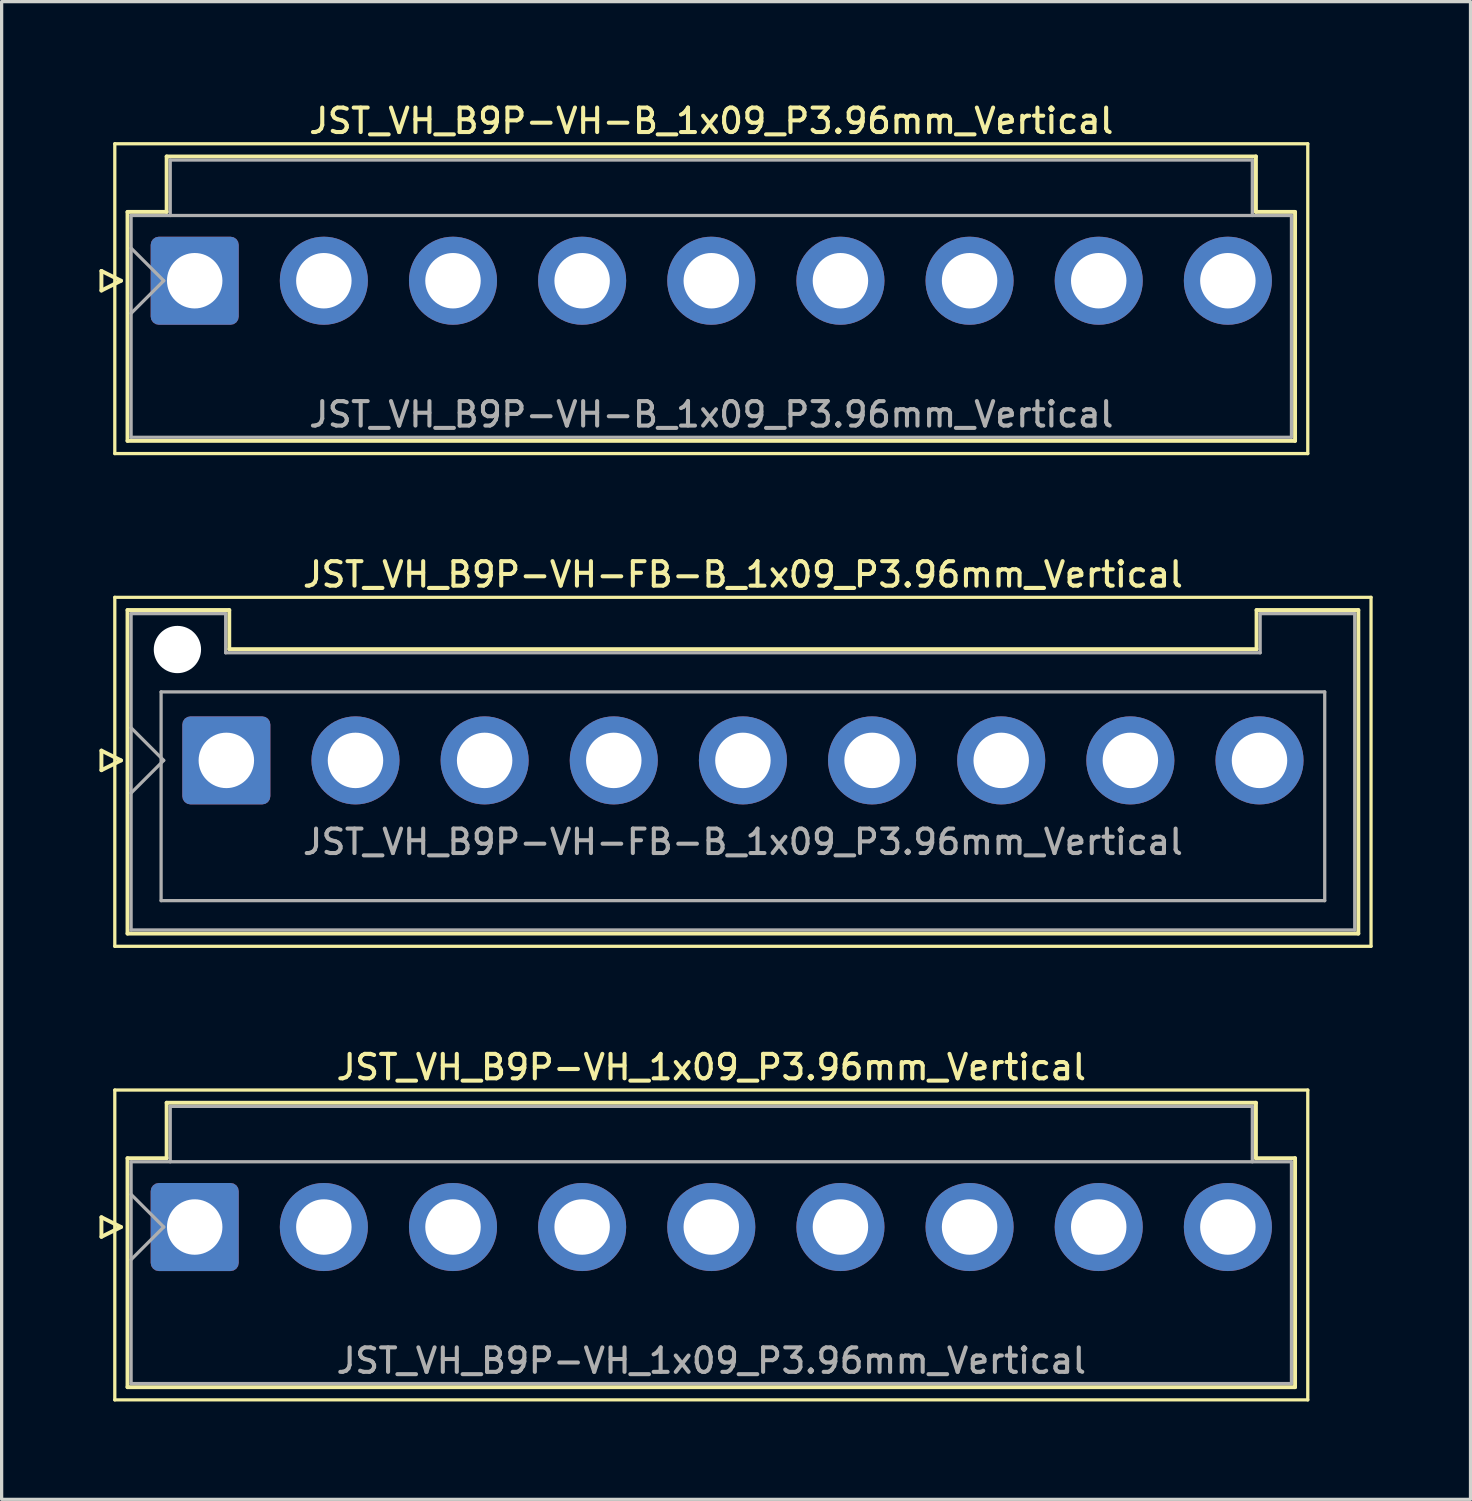
<source format=kicad_pcb>
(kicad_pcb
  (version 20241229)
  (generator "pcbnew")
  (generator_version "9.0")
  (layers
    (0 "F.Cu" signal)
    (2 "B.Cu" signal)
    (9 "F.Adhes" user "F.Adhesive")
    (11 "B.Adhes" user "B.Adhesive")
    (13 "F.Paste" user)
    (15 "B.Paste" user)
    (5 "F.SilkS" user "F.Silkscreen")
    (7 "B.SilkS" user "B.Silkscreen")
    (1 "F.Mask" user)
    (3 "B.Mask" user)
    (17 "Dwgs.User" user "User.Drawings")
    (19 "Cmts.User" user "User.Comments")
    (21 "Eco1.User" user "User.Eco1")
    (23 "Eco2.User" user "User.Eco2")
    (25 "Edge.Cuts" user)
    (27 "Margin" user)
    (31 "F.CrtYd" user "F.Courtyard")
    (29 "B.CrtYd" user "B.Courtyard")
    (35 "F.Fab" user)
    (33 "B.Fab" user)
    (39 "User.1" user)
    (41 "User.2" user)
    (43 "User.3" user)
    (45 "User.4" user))
  (footprint "JST_VH_B9P-VH-B_1x09_P3.96mm_Vertical"
    (layer "F.Cu")
    (at 2.92 5.558)
    (property "Reference" "JST_VH_B9P-VH-B_1x09_P3.96mm_Vertical" (at 15.84 -4.9 0) (layer "F.SilkS") (effects (font (size 0.75 0.75) (thickness 0.125))))
    (attr through_hole)
    (fp_line (start -2.86 -0.3) (end -2.26 0) (stroke (width 0.12) (type solid)) (layer "F.SilkS"))
    (fp_line (start -2.86 0.3) (end -2.86 -0.3) (stroke (width 0.12) (type solid)) (layer "F.SilkS"))
    (fp_line (start -2.45 -4.2) (end -2.45 5.3) (stroke (width 0.1) (type solid)) (layer "F.SilkS"))
    (fp_line (start -2.45 5.3) (end 34.13 5.3) (stroke (width 0.1) (type solid)) (layer "F.SilkS"))
    (fp_line (start -2.26 0) (end -2.86 0.3) (stroke (width 0.12) (type solid)) (layer "F.SilkS"))
    (fp_line (start -2.06 -2.11) (end -0.86 -2.11) (stroke (width 0.12) (type solid)) (layer "F.SilkS"))
    (fp_line (start -2.06 4.91) (end -2.06 -2.11) (stroke (width 0.12) (type solid)) (layer "F.SilkS"))
    (fp_line (start -0.86 -3.81) (end 32.54 -3.81) (stroke (width 0.12) (type solid)) (layer "F.SilkS"))
    (fp_line (start -0.86 -2.11) (end -0.86 -3.81) (stroke (width 0.12) (type solid)) (layer "F.SilkS"))
    (fp_line (start 32.54 -3.81) (end 32.54 -2.11) (stroke (width 0.12) (type solid)) (layer "F.SilkS"))
    (fp_line (start 32.54 -2.11) (end 33.74 -2.11) (stroke (width 0.12) (type solid)) (layer "F.SilkS"))
    (fp_line (start 33.74 -2.11) (end 33.74 4.91) (stroke (width 0.12) (type solid)) (layer "F.SilkS"))
    (fp_line (start 33.74 4.91) (end -2.06 4.91) (stroke (width 0.12) (type solid)) (layer "F.SilkS"))
    (fp_line (start 34.13 -4.2) (end -2.45 -4.2) (stroke (width 0.1) (type solid)) (layer "F.SilkS"))
    (fp_line (start 34.13 5.3) (end 34.13 -4.2) (stroke (width 0.1) (type solid)) (layer "F.SilkS"))
    (fp_line (start -1.95 -2) (end -1.95 4.8) (stroke (width 0.1) (type solid)) (layer "F.Fab"))
    (fp_line (start -1.95 -1) (end -0.95 0) (stroke (width 0.1) (type solid)) (layer "F.Fab"))
    (fp_line (start -1.95 1) (end -0.95 0) (stroke (width 0.1) (type solid)) (layer "F.Fab"))
    (fp_line (start -1.95 4.8) (end 33.63 4.8) (stroke (width 0.1) (type solid)) (layer "F.Fab"))
    (fp_line (start -0.75 -3.7) (end 32.43 -3.7) (stroke (width 0.1) (type solid)) (layer "F.Fab"))
    (fp_line (start -0.75 -2) (end -0.75 -3.7) (stroke (width 0.1) (type solid)) (layer "F.Fab"))
    (fp_line (start 32.43 -3.7) (end 32.43 -2) (stroke (width 0.1) (type solid)) (layer "F.Fab"))
    (fp_line (start 33.63 -2) (end -1.95 -2) (stroke (width 0.1) (type solid)) (layer "F.Fab"))
    (fp_line (start 33.63 4.8) (end 33.63 -2) (stroke (width 0.1) (type solid)) (layer "F.Fab"))
    (fp_text user "${REFERENCE}" (at 15.84 4.1 0) (layer "F.Fab") (effects (font (size 0.75 0.75) (thickness 0.125))))
    (pad "1" thru_hole roundrect (at 0 0) (size 2.7 2.7) (drill 1.7) (layers "*.Cu" "*.Mask") (roundrect_rratio 0.093))
    (pad "2" thru_hole circle (at 3.96 0) (size 2.7 2.7) (drill 1.7) (layers "*.Cu" "*.Mask"))
    (pad "3" thru_hole circle (at 7.92 0) (size 2.7 2.7) (drill 1.7) (layers "*.Cu" "*.Mask"))
    (pad "4" thru_hole circle (at 11.88 0) (size 2.7 2.7) (drill 1.7) (layers "*.Cu" "*.Mask"))
    (pad "5" thru_hole circle (at 15.84 0) (size 2.7 2.7) (drill 1.7) (layers "*.Cu" "*.Mask"))
    (pad "6" thru_hole circle (at 19.8 0) (size 2.7 2.7) (drill 1.7) (layers "*.Cu" "*.Mask"))
    (pad "7" thru_hole circle (at 23.76 0) (size 2.7 2.7) (drill 1.7) (layers "*.Cu" "*.Mask"))
    (pad "8" thru_hole circle (at 27.72 0) (size 2.7 2.7) (drill 1.7) (layers "*.Cu" "*.Mask"))
    (pad "9" thru_hole circle (at 31.68 0) (size 2.7 2.7) (drill 1.7) (layers "*.Cu" "*.Mask")))
  (footprint "JST_VH_B9P-VH_1x09_P3.96mm_Vertical"
    (layer "F.Cu")
    (at 2.92 34.574)
    (property "Reference" "JST_VH_B9P-VH_1x09_P3.96mm_Vertical" (at 15.84 -4.9 0) (layer "F.SilkS") (effects (font (size 0.75 0.75) (thickness 0.125))))
    (attr through_hole)
    (fp_line (start -2.86 -0.3) (end -2.26 0) (stroke (width 0.12) (type solid)) (layer "F.SilkS"))
    (fp_line (start -2.86 0.3) (end -2.86 -0.3) (stroke (width 0.12) (type solid)) (layer "F.SilkS"))
    (fp_line (start -2.45 -4.2) (end -2.45 5.3) (stroke (width 0.1) (type solid)) (layer "F.SilkS"))
    (fp_line (start -2.45 5.3) (end 34.13 5.3) (stroke (width 0.1) (type solid)) (layer "F.SilkS"))
    (fp_line (start -2.26 0) (end -2.86 0.3) (stroke (width 0.12) (type solid)) (layer "F.SilkS"))
    (fp_line (start -2.06 -2.11) (end -0.86 -2.11) (stroke (width 0.12) (type solid)) (layer "F.SilkS"))
    (fp_line (start -2.06 4.91) (end -2.06 -2.11) (stroke (width 0.12) (type solid)) (layer "F.SilkS"))
    (fp_line (start -0.86 -3.81) (end 32.54 -3.81) (stroke (width 0.12) (type solid)) (layer "F.SilkS"))
    (fp_line (start -0.86 -2.11) (end -0.86 -3.81) (stroke (width 0.12) (type solid)) (layer "F.SilkS"))
    (fp_line (start 32.54 -3.81) (end 32.54 -2.11) (stroke (width 0.12) (type solid)) (layer "F.SilkS"))
    (fp_line (start 32.54 -2.11) (end 33.74 -2.11) (stroke (width 0.12) (type solid)) (layer "F.SilkS"))
    (fp_line (start 33.74 -2.11) (end 33.74 4.91) (stroke (width 0.12) (type solid)) (layer "F.SilkS"))
    (fp_line (start 33.74 4.91) (end -2.06 4.91) (stroke (width 0.12) (type solid)) (layer "F.SilkS"))
    (fp_line (start 34.13 -4.2) (end -2.45 -4.2) (stroke (width 0.1) (type solid)) (layer "F.SilkS"))
    (fp_line (start 34.13 5.3) (end 34.13 -4.2) (stroke (width 0.1) (type solid)) (layer "F.SilkS"))
    (fp_line (start -1.95 -2) (end -1.95 4.8) (stroke (width 0.1) (type solid)) (layer "F.Fab"))
    (fp_line (start -1.95 -1) (end -0.95 0) (stroke (width 0.1) (type solid)) (layer "F.Fab"))
    (fp_line (start -1.95 1) (end -0.95 0) (stroke (width 0.1) (type solid)) (layer "F.Fab"))
    (fp_line (start -1.95 4.8) (end 33.63 4.8) (stroke (width 0.1) (type solid)) (layer "F.Fab"))
    (fp_line (start -0.75 -3.7) (end 32.43 -3.7) (stroke (width 0.1) (type solid)) (layer "F.Fab"))
    (fp_line (start -0.75 -2) (end -0.75 -3.7) (stroke (width 0.1) (type solid)) (layer "F.Fab"))
    (fp_line (start 32.43 -3.7) (end 32.43 -2) (stroke (width 0.1) (type solid)) (layer "F.Fab"))
    (fp_line (start 33.63 -2) (end -1.95 -2) (stroke (width 0.1) (type solid)) (layer "F.Fab"))
    (fp_line (start 33.63 4.8) (end 33.63 -2) (stroke (width 0.1) (type solid)) (layer "F.Fab"))
    (fp_text user "${REFERENCE}" (at 15.84 4.1 0) (layer "F.Fab") (effects (font (size 0.75 0.75) (thickness 0.125))))
    (pad "1" thru_hole roundrect (at 0 0) (size 2.7 2.7) (drill 1.7) (layers "*.Cu" "*.Mask") (roundrect_rratio 0.093))
    (pad "2" thru_hole circle (at 3.96 0) (size 2.7 2.7) (drill 1.7) (layers "*.Cu" "*.Mask"))
    (pad "3" thru_hole circle (at 7.92 0) (size 2.7 2.7) (drill 1.7) (layers "*.Cu" "*.Mask"))
    (pad "4" thru_hole circle (at 11.88 0) (size 2.7 2.7) (drill 1.7) (layers "*.Cu" "*.Mask"))
    (pad "5" thru_hole circle (at 15.84 0) (size 2.7 2.7) (drill 1.7) (layers "*.Cu" "*.Mask"))
    (pad "6" thru_hole circle (at 19.8 0) (size 2.7 2.7) (drill 1.7) (layers "*.Cu" "*.Mask"))
    (pad "7" thru_hole circle (at 23.76 0) (size 2.7 2.7) (drill 1.7) (layers "*.Cu" "*.Mask"))
    (pad "8" thru_hole circle (at 27.72 0) (size 2.7 2.7) (drill 1.7) (layers "*.Cu" "*.Mask"))
    (pad "9" thru_hole circle (at 31.68 0) (size 2.7 2.7) (drill 1.7) (layers "*.Cu" "*.Mask")))
  (footprint "JST_VH_B9P-VH-FB-B_1x09_P3.96mm_Vertical"
    (layer "F.Cu")
    (at 3.89 20.266)
    (property "Reference" "JST_VH_B9P-VH-FB-B_1x09_P3.96mm_Vertical" (at 15.84 -5.7 0) (layer "F.SilkS") (effects (font (size 0.75 0.75) (thickness 0.125))))
    (attr through_hole)
    (fp_line (start -3.83 -0.3) (end -3.23 0) (stroke (width 0.12) (type solid)) (layer "F.SilkS"))
    (fp_line (start -3.83 0.3) (end -3.83 -0.3) (stroke (width 0.12) (type solid)) (layer "F.SilkS"))
    (fp_line (start -3.42 -5) (end -3.42 5.7) (stroke (width 0.1) (type solid)) (layer "F.SilkS"))
    (fp_line (start -3.42 5.7) (end 35.1 5.7) (stroke (width 0.1) (type solid)) (layer "F.SilkS"))
    (fp_line (start -3.23 0) (end -3.83 0.3) (stroke (width 0.12) (type solid)) (layer "F.SilkS"))
    (fp_line (start -3.03 -4.61) (end 0.09 -4.61) (stroke (width 0.12) (type solid)) (layer "F.SilkS"))
    (fp_line (start -3.03 5.31) (end -3.03 -4.61) (stroke (width 0.12) (type solid)) (layer "F.SilkS"))
    (fp_line (start 0.09 -4.61) (end 0.09 -3.41) (stroke (width 0.12) (type solid)) (layer "F.SilkS"))
    (fp_line (start 0.09 -3.41) (end 31.59 -3.41) (stroke (width 0.12) (type solid)) (layer "F.SilkS"))
    (fp_line (start 31.59 -4.61) (end 34.71 -4.61) (stroke (width 0.12) (type solid)) (layer "F.SilkS"))
    (fp_line (start 31.59 -3.41) (end 31.59 -4.61) (stroke (width 0.12) (type solid)) (layer "F.SilkS"))
    (fp_line (start 34.71 -4.61) (end 34.71 5.31) (stroke (width 0.12) (type solid)) (layer "F.SilkS"))
    (fp_line (start 34.71 5.31) (end -3.03 5.31) (stroke (width 0.12) (type solid)) (layer "F.SilkS"))
    (fp_line (start 35.1 -5) (end -3.42 -5) (stroke (width 0.1) (type solid)) (layer "F.SilkS"))
    (fp_line (start 35.1 5.7) (end 35.1 -5) (stroke (width 0.1) (type solid)) (layer "F.SilkS"))
    (fp_line (start -2.92 -4.5) (end -0.02 -4.5) (stroke (width 0.1) (type solid)) (layer "F.Fab"))
    (fp_line (start -2.92 -1) (end -1.92 0) (stroke (width 0.1) (type solid)) (layer "F.Fab"))
    (fp_line (start -2.92 1) (end -1.92 0) (stroke (width 0.1) (type solid)) (layer "F.Fab"))
    (fp_line (start -2.92 5.2) (end -2.92 -4.5) (stroke (width 0.1) (type solid)) (layer "F.Fab"))
    (fp_line (start -2 -2.1) (end 33.68 -2.1) (stroke (width 0.1) (type solid)) (layer "F.Fab"))
    (fp_line (start -2 4.3) (end -2 -2.1) (stroke (width 0.1) (type solid)) (layer "F.Fab"))
    (fp_line (start -0.02 -4.5) (end -0.02 -3.3) (stroke (width 0.1) (type solid)) (layer "F.Fab"))
    (fp_line (start -0.02 -3.3) (end 31.7 -3.3) (stroke (width 0.1) (type solid)) (layer "F.Fab"))
    (fp_line (start 31.7 -4.5) (end 34.6 -4.5) (stroke (width 0.1) (type solid)) (layer "F.Fab"))
    (fp_line (start 31.7 -3.3) (end 31.7 -4.5) (stroke (width 0.1) (type solid)) (layer "F.Fab"))
    (fp_line (start 33.68 -2.1) (end 33.68 4.3) (stroke (width 0.1) (type solid)) (layer "F.Fab"))
    (fp_line (start 33.68 4.3) (end -2 4.3) (stroke (width 0.1) (type solid)) (layer "F.Fab"))
    (fp_line (start 34.6 -4.5) (end 34.6 5.2) (stroke (width 0.1) (type solid)) (layer "F.Fab"))
    (fp_line (start 34.6 5.2) (end -2.92 5.2) (stroke (width 0.1) (type solid)) (layer "F.Fab"))
    (fp_text user "${REFERENCE}" (at 15.84 2.5 0) (layer "F.Fab") (effects (font (size 0.75 0.75) (thickness 0.125))))
    (pad "" np_thru_hole circle (at -1.5 -3.4) (size 1.45 1.45) (drill 1.45) (layers "*.Cu" "*.Mask"))
    (pad "1" thru_hole roundrect (at 0 0) (size 2.7 2.7) (drill 1.7) (layers "*.Cu" "*.Mask") (roundrect_rratio 0.093))
    (pad "2" thru_hole circle (at 3.96 0) (size 2.7 2.7) (drill 1.7) (layers "*.Cu" "*.Mask"))
    (pad "3" thru_hole circle (at 7.92 0) (size 2.7 2.7) (drill 1.7) (layers "*.Cu" "*.Mask"))
    (pad "4" thru_hole circle (at 11.88 0) (size 2.7 2.7) (drill 1.7) (layers "*.Cu" "*.Mask"))
    (pad "5" thru_hole circle (at 15.84 0) (size 2.7 2.7) (drill 1.7) (layers "*.Cu" "*.Mask"))
    (pad "6" thru_hole circle (at 19.8 0) (size 2.7 2.7) (drill 1.7) (layers "*.Cu" "*.Mask"))
    (pad "7" thru_hole circle (at 23.76 0) (size 2.7 2.7) (drill 1.7) (layers "*.Cu" "*.Mask"))
    (pad "8" thru_hole circle (at 27.72 0) (size 2.7 2.7) (drill 1.7) (layers "*.Cu" "*.Mask"))
    (pad "9" thru_hole circle (at 31.68 0) (size 2.7 2.7) (drill 1.7) (layers "*.Cu" "*.Mask")))
  (gr_rect
    (start -3 -3)
    (end 42.04 42.924)
    (stroke (width 0.1) (type default))
    (fill no)
    (layer "Edge.Cuts")))
</source>
